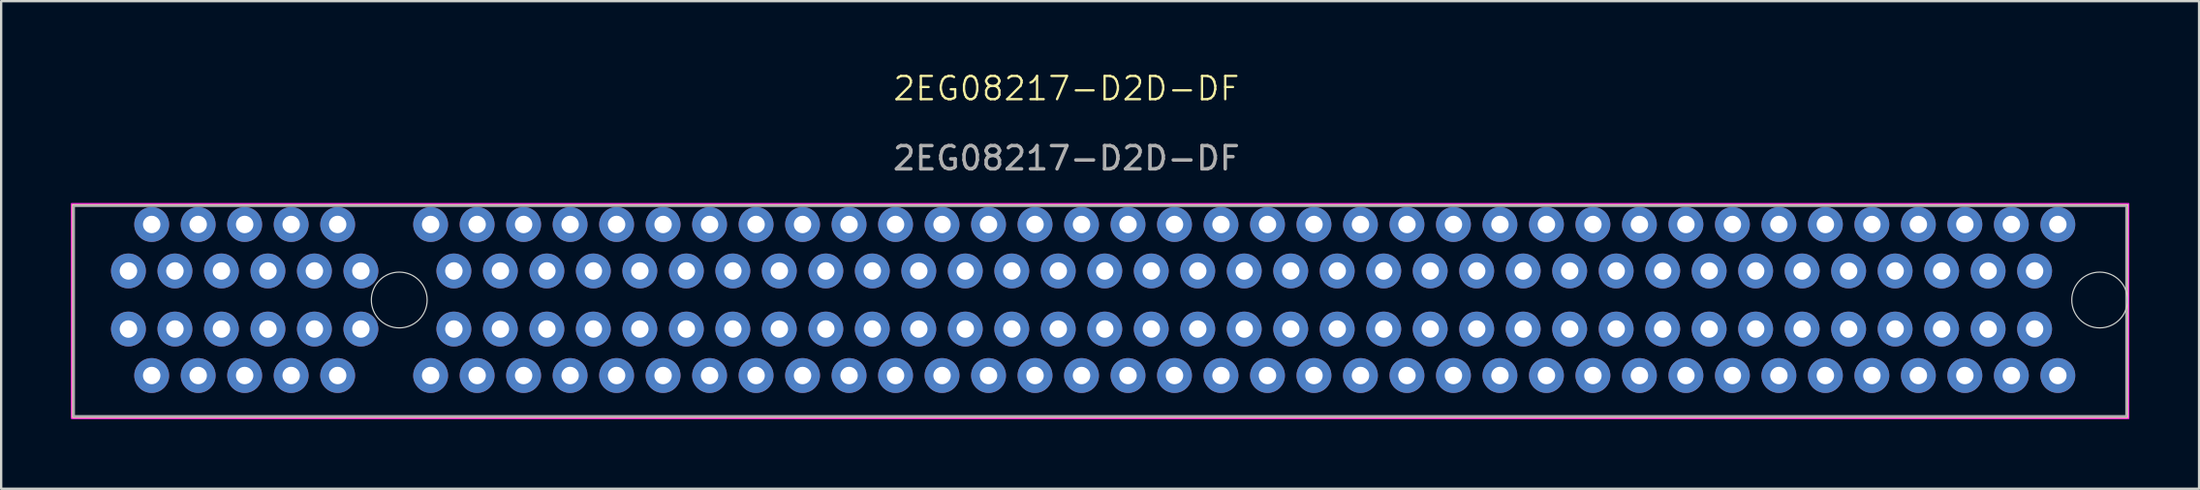
<source format=kicad_pcb>
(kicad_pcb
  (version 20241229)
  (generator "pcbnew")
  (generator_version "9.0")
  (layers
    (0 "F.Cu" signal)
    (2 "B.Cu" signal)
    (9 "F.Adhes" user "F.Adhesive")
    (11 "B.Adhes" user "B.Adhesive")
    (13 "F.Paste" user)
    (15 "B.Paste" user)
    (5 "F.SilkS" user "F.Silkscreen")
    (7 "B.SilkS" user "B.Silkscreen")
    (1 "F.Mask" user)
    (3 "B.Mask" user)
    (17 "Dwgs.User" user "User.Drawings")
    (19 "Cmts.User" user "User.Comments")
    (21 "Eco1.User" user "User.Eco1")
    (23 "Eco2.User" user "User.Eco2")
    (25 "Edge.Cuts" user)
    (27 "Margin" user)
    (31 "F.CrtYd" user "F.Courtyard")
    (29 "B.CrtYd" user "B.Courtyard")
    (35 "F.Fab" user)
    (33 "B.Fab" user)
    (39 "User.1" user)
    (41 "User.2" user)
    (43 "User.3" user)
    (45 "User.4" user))
  (footprint "2EG08217-D2D-DF"
    (layer "F.Cu")
    (at 44.225 9.835)
    (property "Reference" "2EG08217-D2D-DF" (at -1.4 -9.075 0) (unlocked yes) (layer "F.SilkS") (effects (font (size 1 1) (thickness 0.1))))
    (attr exclude_from_pos_files exclude_from_bom)
    (fp_rect (start -44.15 -4.075) (end 44.25 5.075) (stroke (width 0.1) (type default)) (fill no) (layer "F.SilkS"))
    (fp_circle (center -30.1 0.025) (end -28.9 0.025) (stroke (width 0.05) (type solid)) (fill no) (layer "Edge.Cuts"))
    (fp_circle (center 43.05 0.025) (end 44.25 0.025) (stroke (width 0.05) (type solid)) (fill no) (layer "Edge.Cuts"))
    (fp_rect (start -44.2 -4.125) (end 44.3 5.125) (stroke (width 0.05) (type default)) (fill no) (layer "F.CrtYd"))
    (fp_rect (start -44.1 -4.025) (end 44.2 5.025) (stroke (width 0.1) (type default)) (fill no) (layer "F.Fab"))
    (fp_text user "${REFERENCE}" (at -1.4 -6.075 0) (unlocked yes) (layer "F.Fab") (effects (font (size 1 1) (thickness 0.15))))
    (pad "A1" thru_hole circle (at -41.75 -1.225) (size 1.5 1.5) (drill 0.75) (layers "*.Cu" "*.Mask"))
    (pad "A2" thru_hole circle (at -40.75 -3.225) (size 1.5 1.5) (drill 0.75) (layers "*.Cu" "*.Mask"))
    (pad "A3" thru_hole circle (at -39.75 -1.225) (size 1.5 1.5) (drill 0.75) (layers "*.Cu" "*.Mask"))
    (pad "A4" thru_hole circle (at -38.75 -3.225) (size 1.5 1.5) (drill 0.75) (layers "*.Cu" "*.Mask"))
    (pad "A5" thru_hole circle (at -37.75 -1.225) (size 1.5 1.5) (drill 0.75) (layers "*.Cu" "*.Mask"))
    (pad "A6" thru_hole circle (at -36.75 -3.225) (size 1.5 1.5) (drill 0.75) (layers "*.Cu" "*.Mask"))
    (pad "A7" thru_hole circle (at -35.75 -1.225) (size 1.5 1.5) (drill 0.75) (layers "*.Cu" "*.Mask"))
    (pad "A8" thru_hole circle (at -34.75 -3.225) (size 1.5 1.5) (drill 0.75) (layers "*.Cu" "*.Mask"))
    (pad "A9" thru_hole circle (at -33.75 -1.225) (size 1.5 1.5) (drill 0.75) (layers "*.Cu" "*.Mask"))
    (pad "A10" thru_hole circle (at -32.75 -3.225) (size 1.5 1.5) (drill 0.75) (layers "*.Cu" "*.Mask"))
    (pad "A11" thru_hole circle (at -31.75 -1.225) (size 1.5 1.5) (drill 0.75) (layers "*.Cu" "*.Mask"))
    (pad "A12" thru_hole circle (at -28.75 -3.225) (size 1.5 1.5) (drill 0.75) (layers "*.Cu" "*.Mask"))
    (pad "A13" thru_hole circle (at -27.75 -1.225) (size 1.5 1.5) (drill 0.75) (layers "*.Cu" "*.Mask"))
    (pad "A14" thru_hole circle (at -26.75 -3.225) (size 1.5 1.5) (drill 0.75) (layers "*.Cu" "*.Mask"))
    (pad "A15" thru_hole circle (at -25.75 -1.225) (size 1.5 1.5) (drill 0.75) (layers "*.Cu" "*.Mask"))
    (pad "A16" thru_hole circle (at -24.75 -3.225) (size 1.5 1.5) (drill 0.75) (layers "*.Cu" "*.Mask"))
    (pad "A17" thru_hole circle (at -23.75 -1.225) (size 1.5 1.5) (drill 0.75) (layers "*.Cu" "*.Mask"))
    (pad "A18" thru_hole circle (at -22.75 -3.225) (size 1.5 1.5) (drill 0.75) (layers "*.Cu" "*.Mask"))
    (pad "A19" thru_hole circle (at -21.75 -1.225) (size 1.5 1.5) (drill 0.75) (layers "*.Cu" "*.Mask"))
    (pad "A20" thru_hole circle (at -20.75 -3.225) (size 1.5 1.5) (drill 0.75) (layers "*.Cu" "*.Mask"))
    (pad "A21" thru_hole circle (at -19.75 -1.225) (size 1.5 1.5) (drill 0.75) (layers "*.Cu" "*.Mask"))
    (pad "A22" thru_hole circle (at -18.75 -3.225) (size 1.5 1.5) (drill 0.75) (layers "*.Cu" "*.Mask"))
    (pad "A23" thru_hole circle (at -17.75 -1.225) (size 1.5 1.5) (drill 0.75) (layers "*.Cu" "*.Mask"))
    (pad "A24" thru_hole circle (at -16.75 -3.225) (size 1.5 1.5) (drill 0.75) (layers "*.Cu" "*.Mask"))
    (pad "A25" thru_hole circle (at -15.75 -1.225) (size 1.5 1.5) (drill 0.75) (layers "*.Cu" "*.Mask"))
    (pad "A26" thru_hole circle (at -14.75 -3.225) (size 1.5 1.5) (drill 0.75) (layers "*.Cu" "*.Mask"))
    (pad "A27" thru_hole circle (at -13.75 -1.225) (size 1.5 1.5) (drill 0.75) (layers "*.Cu" "*.Mask"))
    (pad "A28" thru_hole circle (at -12.75 -3.225) (size 1.5 1.5) (drill 0.75) (layers "*.Cu" "*.Mask"))
    (pad "A29" thru_hole circle (at -11.75 -1.225) (size 1.5 1.5) (drill 0.75) (layers "*.Cu" "*.Mask"))
    (pad "A30" thru_hole circle (at -10.75 -3.225) (size 1.5 1.5) (drill 0.75) (layers "*.Cu" "*.Mask"))
    (pad "A31" thru_hole circle (at -9.75 -1.225) (size 1.5 1.5) (drill 0.75) (layers "*.Cu" "*.Mask"))
    (pad "A32" thru_hole circle (at -8.75 -3.225) (size 1.5 1.5) (drill 0.75) (layers "*.Cu" "*.Mask"))
    (pad "A33" thru_hole circle (at -7.75 -1.225) (size 1.5 1.5) (drill 0.75) (layers "*.Cu" "*.Mask"))
    (pad "A34" thru_hole circle (at -6.75 -3.225) (size 1.5 1.5) (drill 0.75) (layers "*.Cu" "*.Mask"))
    (pad "A35" thru_hole circle (at -5.75 -1.225) (size 1.5 1.5) (drill 0.75) (layers "*.Cu" "*.Mask"))
    (pad "A36" thru_hole circle (at -4.75 -3.225) (size 1.5 1.5) (drill 0.75) (layers "*.Cu" "*.Mask"))
    (pad "A37" thru_hole circle (at -3.75 -1.225) (size 1.5 1.5) (drill 0.75) (layers "*.Cu" "*.Mask"))
    (pad "A38" thru_hole circle (at -2.75 -3.225) (size 1.5 1.5) (drill 0.75) (layers "*.Cu" "*.Mask"))
    (pad "A39" thru_hole circle (at -1.75 -1.225) (size 1.5 1.5) (drill 0.75) (layers "*.Cu" "*.Mask"))
    (pad "A40" thru_hole circle (at -0.75 -3.225) (size 1.5 1.5) (drill 0.75) (layers "*.Cu" "*.Mask"))
    (pad "A41" thru_hole circle (at 0.25 -1.225) (size 1.5 1.5) (drill 0.75) (layers "*.Cu" "*.Mask"))
    (pad "A42" thru_hole circle (at 1.25 -3.225) (size 1.5 1.5) (drill 0.75) (layers "*.Cu" "*.Mask"))
    (pad "A43" thru_hole circle (at 2.25 -1.225) (size 1.5 1.5) (drill 0.75) (layers "*.Cu" "*.Mask"))
    (pad "A44" thru_hole circle (at 3.25 -3.225) (size 1.5 1.5) (drill 0.75) (layers "*.Cu" "*.Mask"))
    (pad "A45" thru_hole circle (at 4.25 -1.225) (size 1.5 1.5) (drill 0.75) (layers "*.Cu" "*.Mask"))
    (pad "A46" thru_hole circle (at 5.25 -3.225) (size 1.5 1.5) (drill 0.75) (layers "*.Cu" "*.Mask"))
    (pad "A47" thru_hole circle (at 6.25 -1.225) (size 1.5 1.5) (drill 0.75) (layers "*.Cu" "*.Mask"))
    (pad "A48" thru_hole circle (at 7.25 -3.225) (size 1.5 1.5) (drill 0.75) (layers "*.Cu" "*.Mask"))
    (pad "A49" thru_hole circle (at 8.25 -1.225) (size 1.5 1.5) (drill 0.75) (layers "*.Cu" "*.Mask"))
    (pad "A50" thru_hole circle (at 9.25 -3.225) (size 1.5 1.5) (drill 0.75) (layers "*.Cu" "*.Mask"))
    (pad "A51" thru_hole circle (at 10.25 -1.225) (size 1.5 1.5) (drill 0.75) (layers "*.Cu" "*.Mask"))
    (pad "A52" thru_hole circle (at 11.25 -3.225) (size 1.5 1.5) (drill 0.75) (layers "*.Cu" "*.Mask"))
    (pad "A53" thru_hole circle (at 12.25 -1.225) (size 1.5 1.5) (drill 0.75) (layers "*.Cu" "*.Mask"))
    (pad "A54" thru_hole circle (at 13.25 -3.225) (size 1.5 1.5) (drill 0.75) (layers "*.Cu" "*.Mask"))
    (pad "A55" thru_hole circle (at 14.25 -1.225) (size 1.5 1.5) (drill 0.75) (layers "*.Cu" "*.Mask"))
    (pad "A56" thru_hole circle (at 15.25 -3.225) (size 1.5 1.5) (drill 0.75) (layers "*.Cu" "*.Mask"))
    (pad "A57" thru_hole circle (at 16.25 -1.225) (size 1.5 1.5) (drill 0.75) (layers "*.Cu" "*.Mask"))
    (pad "A58" thru_hole circle (at 17.25 -3.225) (size 1.5 1.5) (drill 0.75) (layers "*.Cu" "*.Mask"))
    (pad "A59" thru_hole circle (at 18.25 -1.225) (size 1.5 1.5) (drill 0.75) (layers "*.Cu" "*.Mask"))
    (pad "A60" thru_hole circle (at 19.25 -3.225) (size 1.5 1.5) (drill 0.75) (layers "*.Cu" "*.Mask"))
    (pad "A61" thru_hole circle (at 20.25 -1.225) (size 1.5 1.5) (drill 0.75) (layers "*.Cu" "*.Mask"))
    (pad "A62" thru_hole circle (at 21.25 -3.225) (size 1.5 1.5) (drill 0.75) (layers "*.Cu" "*.Mask"))
    (pad "A63" thru_hole circle (at 22.25 -1.225) (size 1.5 1.5) (drill 0.75) (layers "*.Cu" "*.Mask"))
    (pad "A64" thru_hole circle (at 23.25 -3.225) (size 1.5 1.5) (drill 0.75) (layers "*.Cu" "*.Mask"))
    (pad "A65" thru_hole circle (at 24.25 -1.225) (size 1.5 1.5) (drill 0.75) (layers "*.Cu" "*.Mask"))
    (pad "A66" thru_hole circle (at 25.25 -3.225) (size 1.5 1.5) (drill 0.75) (layers "*.Cu" "*.Mask"))
    (pad "A67" thru_hole circle (at 26.25 -1.225) (size 1.5 1.5) (drill 0.75) (layers "*.Cu" "*.Mask"))
    (pad "A68" thru_hole circle (at 27.25 -3.225) (size 1.5 1.5) (drill 0.75) (layers "*.Cu" "*.Mask"))
    (pad "A69" thru_hole circle (at 28.25 -1.225) (size 1.5 1.5) (drill 0.75) (layers "*.Cu" "*.Mask"))
    (pad "A70" thru_hole circle (at 29.25 -3.225) (size 1.5 1.5) (drill 0.75) (layers "*.Cu" "*.Mask"))
    (pad "A71" thru_hole circle (at 30.25 -1.225) (size 1.5 1.5) (drill 0.75) (layers "*.Cu" "*.Mask"))
    (pad "A72" thru_hole circle (at 31.25 -3.225) (size 1.5 1.5) (drill 0.75) (layers "*.Cu" "*.Mask"))
    (pad "A73" thru_hole circle (at 32.25 -1.225) (size 1.5 1.5) (drill 0.75) (layers "*.Cu" "*.Mask"))
    (pad "A74" thru_hole circle (at 33.25 -3.225) (size 1.5 1.5) (drill 0.75) (layers "*.Cu" "*.Mask"))
    (pad "A75" thru_hole circle (at 34.25 -1.225) (size 1.5 1.5) (drill 0.75) (layers "*.Cu" "*.Mask"))
    (pad "A76" thru_hole circle (at 35.25 -3.225) (size 1.5 1.5) (drill 0.75) (layers "*.Cu" "*.Mask"))
    (pad "A77" thru_hole circle (at 36.25 -1.225) (size 1.5 1.5) (drill 0.75) (layers "*.Cu" "*.Mask"))
    (pad "A78" thru_hole circle (at 37.25 -3.225) (size 1.5 1.5) (drill 0.75) (layers "*.Cu" "*.Mask"))
    (pad "A79" thru_hole circle (at 38.25 -1.225) (size 1.5 1.5) (drill 0.75) (layers "*.Cu" "*.Mask"))
    (pad "A80" thru_hole circle (at 39.25 -3.225) (size 1.5 1.5) (drill 0.75) (layers "*.Cu" "*.Mask"))
    (pad "A81" thru_hole circle (at 40.25 -1.225) (size 1.5 1.5) (drill 0.75) (layers "*.Cu" "*.Mask"))
    (pad "A82" thru_hole circle (at 41.25 -3.225) (size 1.5 1.5) (drill 0.75) (layers "*.Cu" "*.Mask"))
    (pad "B1" thru_hole circle (at -41.75 1.275) (size 1.5 1.5) (drill 0.75) (layers "*.Cu" "*.Mask"))
    (pad "B2" thru_hole circle (at -40.75 3.275) (size 1.5 1.5) (drill 0.75) (layers "*.Cu" "*.Mask"))
    (pad "B3" thru_hole circle (at -39.75 1.275) (size 1.5 1.5) (drill 0.75) (layers "*.Cu" "*.Mask"))
    (pad "B4" thru_hole circle (at -38.75 3.275) (size 1.5 1.5) (drill 0.75) (layers "*.Cu" "*.Mask"))
    (pad "B5" thru_hole circle (at -37.75 1.275) (size 1.5 1.5) (drill 0.75) (layers "*.Cu" "*.Mask"))
    (pad "B6" thru_hole circle (at -36.75 3.275) (size 1.5 1.5) (drill 0.75) (layers "*.Cu" "*.Mask"))
    (pad "B7" thru_hole circle (at -35.75 1.275) (size 1.5 1.5) (drill 0.75) (layers "*.Cu" "*.Mask"))
    (pad "B8" thru_hole circle (at -34.75 3.275) (size 1.5 1.5) (drill 0.75) (layers "*.Cu" "*.Mask"))
    (pad "B9" thru_hole circle (at -33.75 1.275) (size 1.5 1.5) (drill 0.75) (layers "*.Cu" "*.Mask"))
    (pad "B10" thru_hole circle (at -32.75 3.275) (size 1.5 1.5) (drill 0.75) (layers "*.Cu" "*.Mask"))
    (pad "B11" thru_hole circle (at -31.75 1.275) (size 1.5 1.5) (drill 0.75) (layers "*.Cu" "*.Mask"))
    (pad "B12" thru_hole circle (at -28.75 3.275) (size 1.5 1.5) (drill 0.75) (layers "*.Cu" "*.Mask"))
    (pad "B13" thru_hole circle (at -27.75 1.275) (size 1.5 1.5) (drill 0.75) (layers "*.Cu" "*.Mask"))
    (pad "B14" thru_hole circle (at -26.75 3.275) (size 1.5 1.5) (drill 0.75) (layers "*.Cu" "*.Mask"))
    (pad "B15" thru_hole circle (at -25.75 1.275) (size 1.5 1.5) (drill 0.75) (layers "*.Cu" "*.Mask"))
    (pad "B16" thru_hole circle (at -24.75 3.275) (size 1.5 1.5) (drill 0.75) (layers "*.Cu" "*.Mask"))
    (pad "B17" thru_hole circle (at -23.75 1.275) (size 1.5 1.5) (drill 0.75) (layers "*.Cu" "*.Mask"))
    (pad "B18" thru_hole circle (at -22.75 3.275) (size 1.5 1.5) (drill 0.75) (layers "*.Cu" "*.Mask"))
    (pad "B19" thru_hole circle (at -21.75 1.275) (size 1.5 1.5) (drill 0.75) (layers "*.Cu" "*.Mask"))
    (pad "B20" thru_hole circle (at -20.75 3.275) (size 1.5 1.5) (drill 0.75) (layers "*.Cu" "*.Mask"))
    (pad "B21" thru_hole circle (at -19.75 1.275) (size 1.5 1.5) (drill 0.75) (layers "*.Cu" "*.Mask"))
    (pad "B22" thru_hole circle (at -18.75 3.275) (size 1.5 1.5) (drill 0.75) (layers "*.Cu" "*.Mask"))
    (pad "B23" thru_hole circle (at -17.75 1.275) (size 1.5 1.5) (drill 0.75) (layers "*.Cu" "*.Mask"))
    (pad "B24" thru_hole circle (at -16.75 3.275) (size 1.5 1.5) (drill 0.75) (layers "*.Cu" "*.Mask"))
    (pad "B25" thru_hole circle (at -15.75 1.275) (size 1.5 1.5) (drill 0.75) (layers "*.Cu" "*.Mask"))
    (pad "B26" thru_hole circle (at -14.75 3.275) (size 1.5 1.5) (drill 0.75) (layers "*.Cu" "*.Mask"))
    (pad "B27" thru_hole circle (at -13.75 1.275) (size 1.5 1.5) (drill 0.75) (layers "*.Cu" "*.Mask"))
    (pad "B28" thru_hole circle (at -12.75 3.275) (size 1.5 1.5) (drill 0.75) (layers "*.Cu" "*.Mask"))
    (pad "B29" thru_hole circle (at -11.75 1.275) (size 1.5 1.5) (drill 0.75) (layers "*.Cu" "*.Mask"))
    (pad "B30" thru_hole circle (at -10.75 3.275) (size 1.5 1.5) (drill 0.75) (layers "*.Cu" "*.Mask"))
    (pad "B31" thru_hole circle (at -9.75 1.275) (size 1.5 1.5) (drill 0.75) (layers "*.Cu" "*.Mask"))
    (pad "B32" thru_hole circle (at -8.75 3.275) (size 1.5 1.5) (drill 0.75) (layers "*.Cu" "*.Mask"))
    (pad "B33" thru_hole circle (at -7.75 1.275) (size 1.5 1.5) (drill 0.75) (layers "*.Cu" "*.Mask"))
    (pad "B34" thru_hole circle (at -6.75 3.275) (size 1.5 1.5) (drill 0.75) (layers "*.Cu" "*.Mask"))
    (pad "B35" thru_hole circle (at -5.75 1.275) (size 1.5 1.5) (drill 0.75) (layers "*.Cu" "*.Mask"))
    (pad "B36" thru_hole circle (at -4.75 3.275) (size 1.5 1.5) (drill 0.75) (layers "*.Cu" "*.Mask"))
    (pad "B37" thru_hole circle (at -3.75 1.275) (size 1.5 1.5) (drill 0.75) (layers "*.Cu" "*.Mask"))
    (pad "B38" thru_hole circle (at -2.75 3.275) (size 1.5 1.5) (drill 0.75) (layers "*.Cu" "*.Mask"))
    (pad "B39" thru_hole circle (at -1.75 1.275) (size 1.5 1.5) (drill 0.75) (layers "*.Cu" "*.Mask"))
    (pad "B40" thru_hole circle (at -0.75 3.275) (size 1.5 1.5) (drill 0.75) (layers "*.Cu" "*.Mask"))
    (pad "B41" thru_hole circle (at 0.25 1.275) (size 1.5 1.5) (drill 0.75) (layers "*.Cu" "*.Mask"))
    (pad "B42" thru_hole circle (at 1.25 3.275) (size 1.5 1.5) (drill 0.75) (layers "*.Cu" "*.Mask"))
    (pad "B43" thru_hole circle (at 2.25 1.275) (size 1.5 1.5) (drill 0.75) (layers "*.Cu" "*.Mask"))
    (pad "B44" thru_hole circle (at 3.25 3.275) (size 1.5 1.5) (drill 0.75) (layers "*.Cu" "*.Mask"))
    (pad "B45" thru_hole circle (at 4.25 1.275) (size 1.5 1.5) (drill 0.75) (layers "*.Cu" "*.Mask"))
    (pad "B46" thru_hole circle (at 5.25 3.275) (size 1.5 1.5) (drill 0.75) (layers "*.Cu" "*.Mask"))
    (pad "B47" thru_hole circle (at 6.25 1.275) (size 1.5 1.5) (drill 0.75) (layers "*.Cu" "*.Mask"))
    (pad "B48" thru_hole circle (at 7.25 3.275) (size 1.5 1.5) (drill 0.75) (layers "*.Cu" "*.Mask"))
    (pad "B49" thru_hole circle (at 8.25 1.275) (size 1.5 1.5) (drill 0.75) (layers "*.Cu" "*.Mask"))
    (pad "B50" thru_hole circle (at 9.25 3.275) (size 1.5 1.5) (drill 0.75) (layers "*.Cu" "*.Mask"))
    (pad "B51" thru_hole circle (at 10.25 1.275) (size 1.5 1.5) (drill 0.75) (layers "*.Cu" "*.Mask"))
    (pad "B52" thru_hole circle (at 11.25 3.275) (size 1.5 1.5) (drill 0.75) (layers "*.Cu" "*.Mask"))
    (pad "B53" thru_hole circle (at 12.25 1.275) (size 1.5 1.5) (drill 0.75) (layers "*.Cu" "*.Mask"))
    (pad "B54" thru_hole circle (at 13.25 3.275) (size 1.5 1.5) (drill 0.75) (layers "*.Cu" "*.Mask"))
    (pad "B55" thru_hole circle (at 14.25 1.275) (size 1.5 1.5) (drill 0.75) (layers "*.Cu" "*.Mask"))
    (pad "B56" thru_hole circle (at 15.25 3.275) (size 1.5 1.5) (drill 0.75) (layers "*.Cu" "*.Mask"))
    (pad "B57" thru_hole circle (at 16.25 1.275) (size 1.5 1.5) (drill 0.75) (layers "*.Cu" "*.Mask"))
    (pad "B58" thru_hole circle (at 17.25 3.275) (size 1.5 1.5) (drill 0.75) (layers "*.Cu" "*.Mask"))
    (pad "B59" thru_hole circle (at 18.25 1.275) (size 1.5 1.5) (drill 0.75) (layers "*.Cu" "*.Mask"))
    (pad "B60" thru_hole circle (at 19.25 3.275) (size 1.5 1.5) (drill 0.75) (layers "*.Cu" "*.Mask"))
    (pad "B61" thru_hole circle (at 20.25 1.275) (size 1.5 1.5) (drill 0.75) (layers "*.Cu" "*.Mask"))
    (pad "B62" thru_hole circle (at 21.25 3.275) (size 1.5 1.5) (drill 0.75) (layers "*.Cu" "*.Mask"))
    (pad "B63" thru_hole circle (at 22.25 1.275) (size 1.5 1.5) (drill 0.75) (layers "*.Cu" "*.Mask"))
    (pad "B64" thru_hole circle (at 23.25 3.275) (size 1.5 1.5) (drill 0.75) (layers "*.Cu" "*.Mask"))
    (pad "B65" thru_hole circle (at 24.25 1.275) (size 1.5 1.5) (drill 0.75) (layers "*.Cu" "*.Mask"))
    (pad "B66" thru_hole circle (at 25.25 3.275) (size 1.5 1.5) (drill 0.75) (layers "*.Cu" "*.Mask"))
    (pad "B67" thru_hole circle (at 26.25 1.275) (size 1.5 1.5) (drill 0.75) (layers "*.Cu" "*.Mask"))
    (pad "B68" thru_hole circle (at 27.25 3.275) (size 1.5 1.5) (drill 0.75) (layers "*.Cu" "*.Mask"))
    (pad "B69" thru_hole circle (at 28.25 1.275) (size 1.5 1.5) (drill 0.75) (layers "*.Cu" "*.Mask"))
    (pad "B70" thru_hole circle (at 29.25 3.275) (size 1.5 1.5) (drill 0.75) (layers "*.Cu" "*.Mask"))
    (pad "B71" thru_hole circle (at 30.25 1.275) (size 1.5 1.5) (drill 0.75) (layers "*.Cu" "*.Mask"))
    (pad "B72" thru_hole circle (at 31.25 3.275) (size 1.5 1.5) (drill 0.75) (layers "*.Cu" "*.Mask"))
    (pad "B73" thru_hole circle (at 32.25 1.275) (size 1.5 1.5) (drill 0.75) (layers "*.Cu" "*.Mask"))
    (pad "B74" thru_hole circle (at 33.25 3.275) (size 1.5 1.5) (drill 0.75) (layers "*.Cu" "*.Mask"))
    (pad "B75" thru_hole circle (at 34.25 1.275) (size 1.5 1.5) (drill 0.75) (layers "*.Cu" "*.Mask"))
    (pad "B76" thru_hole circle (at 35.25 3.275) (size 1.5 1.5) (drill 0.75) (layers "*.Cu" "*.Mask"))
    (pad "B77" thru_hole circle (at 36.25 1.275) (size 1.5 1.5) (drill 0.75) (layers "*.Cu" "*.Mask"))
    (pad "B78" thru_hole circle (at 37.25 3.275) (size 1.5 1.5) (drill 0.75) (layers "*.Cu" "*.Mask"))
    (pad "B79" thru_hole circle (at 38.25 1.275) (size 1.5 1.5) (drill 0.75) (layers "*.Cu" "*.Mask"))
    (pad "B80" thru_hole circle (at 39.25 3.275) (size 1.5 1.5) (drill 0.75) (layers "*.Cu" "*.Mask"))
    (pad "B81" thru_hole circle (at 40.25 1.275) (size 1.5 1.5) (drill 0.75) (layers "*.Cu" "*.Mask"))
    (pad "B82" thru_hole circle (at 41.25 3.275) (size 1.5 1.5) (drill 0.75) (layers "*.Cu" "*.Mask")))
  (gr_rect
    (start -3 -3)
    (end 91.55 17.985)
    (stroke (width 0.1) (type default))
    (fill no)
    (layer "Edge.Cuts")))
</source>
